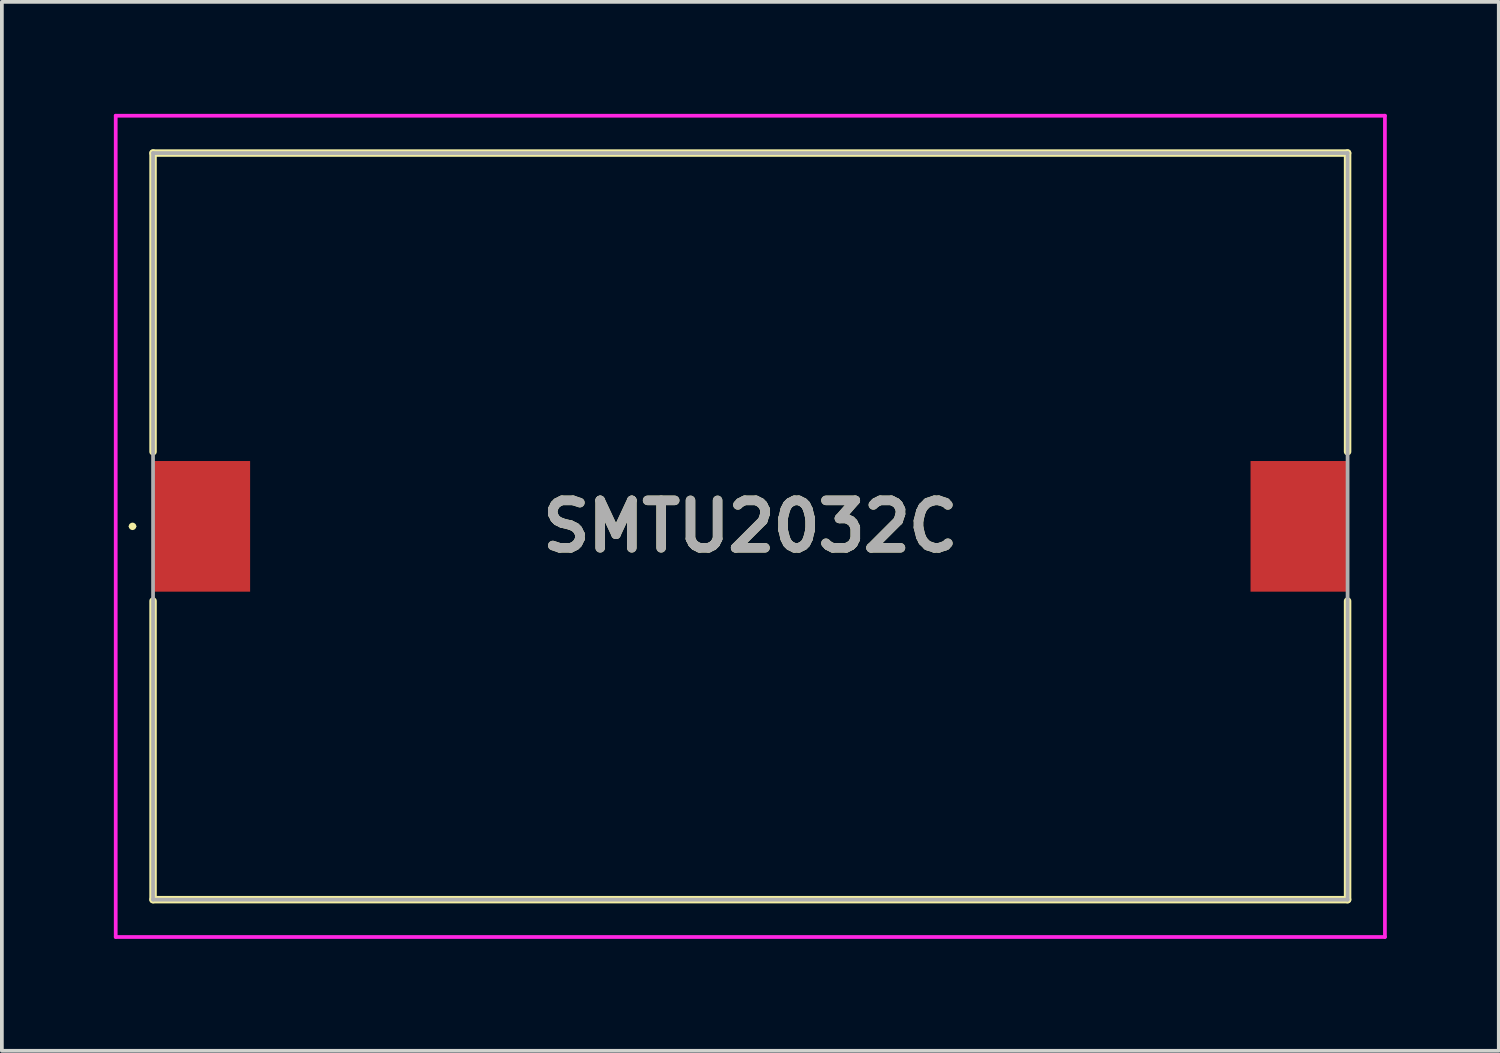
<source format=kicad_pcb>
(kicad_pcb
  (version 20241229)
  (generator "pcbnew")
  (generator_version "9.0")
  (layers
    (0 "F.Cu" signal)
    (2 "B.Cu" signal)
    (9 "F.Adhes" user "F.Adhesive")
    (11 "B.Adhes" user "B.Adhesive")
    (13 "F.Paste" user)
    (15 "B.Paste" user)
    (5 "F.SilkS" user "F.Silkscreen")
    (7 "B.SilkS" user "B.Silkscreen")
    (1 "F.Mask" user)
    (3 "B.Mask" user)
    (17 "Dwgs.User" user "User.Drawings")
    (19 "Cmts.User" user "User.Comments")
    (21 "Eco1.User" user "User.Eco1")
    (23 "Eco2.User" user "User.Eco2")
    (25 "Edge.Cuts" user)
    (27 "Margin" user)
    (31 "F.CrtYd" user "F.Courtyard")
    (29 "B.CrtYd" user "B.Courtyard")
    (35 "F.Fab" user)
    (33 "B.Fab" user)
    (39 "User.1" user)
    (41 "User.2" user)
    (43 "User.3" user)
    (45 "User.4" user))
  (footprint "SMTU2032C"
    (layer "F.Cu")
    (at 17.05 11.05)
    (property "Reference" "SMTU2032C" (at 0 0 0) (layer "F.SilkS") (effects (font (size 1.27 1.27) (thickness 0.254))))
    (attr smd)
    (fp_line (start -16.6 0) (end -16.6 0) (stroke (width 0.1) (type solid)) (layer "F.SilkS"))
    (fp_line (start -16.5 0) (end -16.5 0) (stroke (width 0.1) (type solid)) (layer "F.SilkS"))
    (fp_line (start -16 -10) (end 16 -10) (stroke (width 0.2) (type solid)) (layer "F.SilkS"))
    (fp_line (start -16 -2) (end -16 -10) (stroke (width 0.2) (type solid)) (layer "F.SilkS"))
    (fp_line (start -16 10) (end -16 2) (stroke (width 0.2) (type solid)) (layer "F.SilkS"))
    (fp_line (start 16 -10) (end 16 -2) (stroke (width 0.2) (type solid)) (layer "F.SilkS"))
    (fp_line (start 16 2) (end 16 10) (stroke (width 0.2) (type solid)) (layer "F.SilkS"))
    (fp_line (start 16 10) (end -16 10) (stroke (width 0.2) (type solid)) (layer "F.SilkS"))
    (fp_arc (start -16.6 0) (mid -16.55 -0.05) (end -16.5 0) (stroke (width 0.1) (type solid)) (layer "F.SilkS"))
    (fp_arc (start -16.5 0) (mid -16.55 0.05) (end -16.6 0) (stroke (width 0.1) (type solid)) (layer "F.SilkS"))
    (fp_line (start -17 -11) (end 17 -11) (stroke (width 0.1) (type solid)) (layer "F.CrtYd"))
    (fp_line (start -17 11) (end -17 -11) (stroke (width 0.1) (type solid)) (layer "F.CrtYd"))
    (fp_line (start 17 -11) (end 17 11) (stroke (width 0.1) (type solid)) (layer "F.CrtYd"))
    (fp_line (start 17 11) (end -17 11) (stroke (width 0.1) (type solid)) (layer "F.CrtYd"))
    (fp_line (start -16 -10) (end -16 10) (stroke (width 0.1) (type solid)) (layer "F.Fab"))
    (fp_line (start -16 10) (end 16 10) (stroke (width 0.1) (type solid)) (layer "F.Fab"))
    (fp_line (start 16 -10) (end -16 -10) (stroke (width 0.1) (type solid)) (layer "F.Fab"))
    (fp_line (start 16 10) (end 16 -10) (stroke (width 0.1) (type solid)) (layer "F.Fab"))
    (fp_text user "${REFERENCE}" (at 0 0 0) (layer "F.Fab") (effects (font (size 1.27 1.27) (thickness 0.254))))
    (pad "1" smd rect (at -14.7 0) (size 2.6 3.5) (layers "F.Cu" "F.Mask" "F.Paste"))
    (pad "2" smd rect (at 14.7 0) (size 2.6 3.5) (layers "F.Cu" "F.Mask" "F.Paste")))
  (gr_rect
    (start -3 -3)
    (end 37.1 25.1)
    (stroke (width 0.1) (type default))
    (fill no)
    (layer "Edge.Cuts")))
</source>
